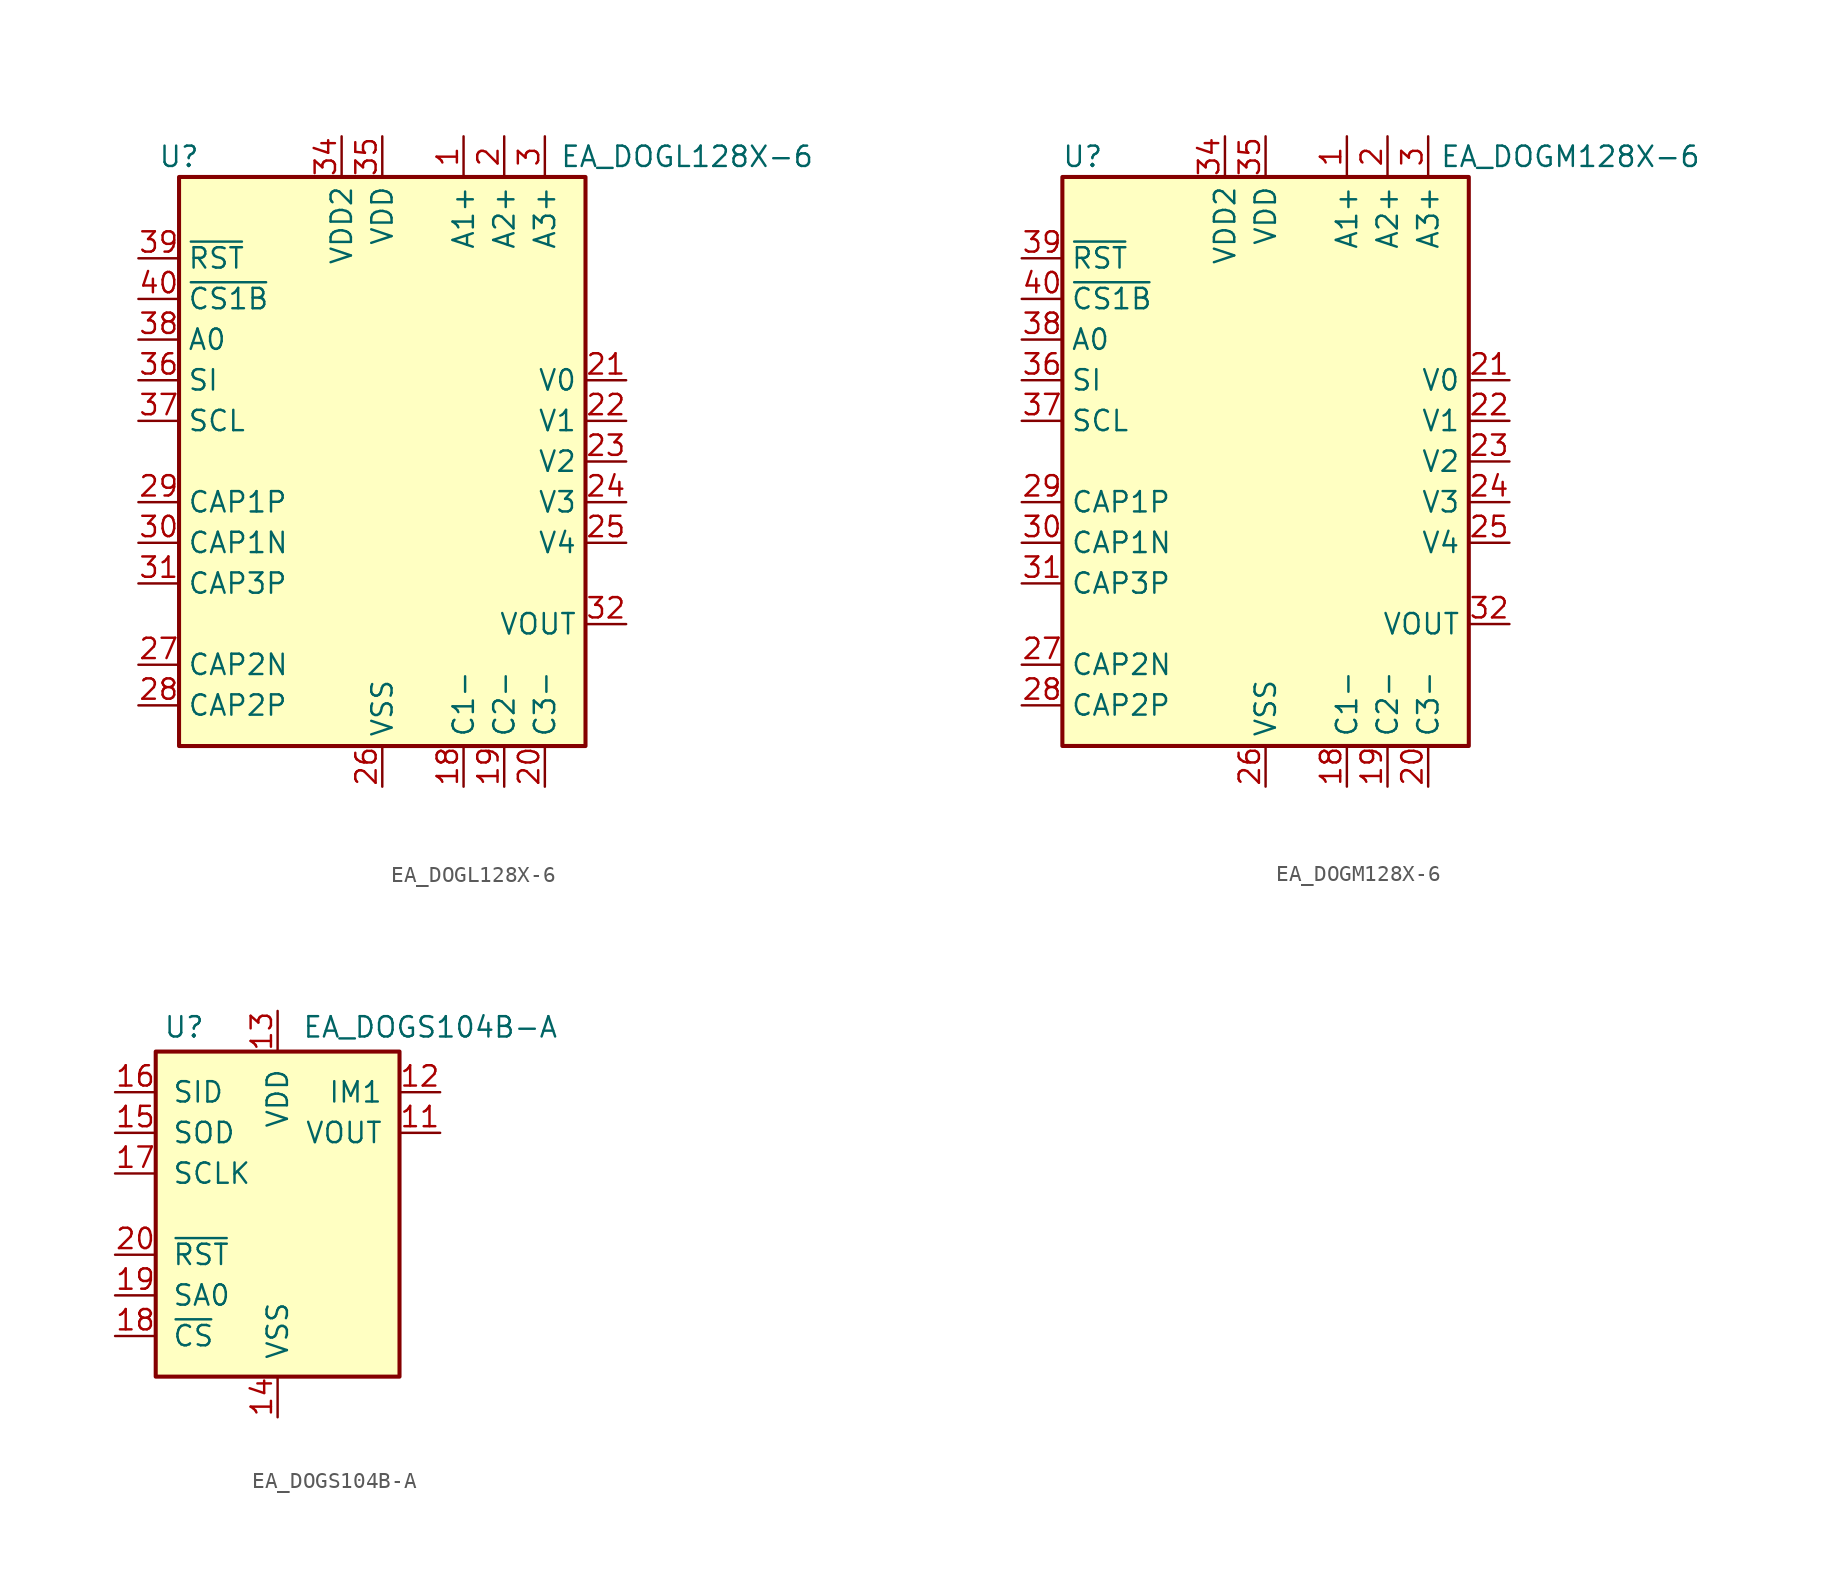
<source format=kicad_sym>
(kicad_symbol_lib
  (version 20231120)
  (generator "kicad_symbol_editor")
  (generator_version "8.0")
  (symbol "EA_DOGL128X-6"
    (property "Reference" "U"
      (at -12.7 19.05 0)
      (effects (font (size 1.27 1.27))))
    (property "Value" "EA_DOGL128X-6"
      (at 19.05 19.05 0)
      (effects (font (size 1.27 1.27))))
    (symbol "EA_DOGL128X-6_1_1"
      (rectangle (start -12.7 17.78) (end 12.7 -17.78) (stroke (width 0.254) (type default)) (fill (type background)))
      (pin power_in line (at 5.08 20.32 270) (length 2.54) (name "A1+" (effects (font (size 1.27 1.27)))) (number "1" (effects (font (size 1.27 1.27)))))
      (pin power_in line (at 5.08 -20.32 90) (length 2.54) (name "C1-" (effects (font (size 1.27 1.27)))) (number "18" (effects (font (size 1.27 1.27)))))
      (pin power_in line (at 7.62 -20.32 90) (length 2.54) (name "C2-" (effects (font (size 1.27 1.27)))) (number "19" (effects (font (size 1.27 1.27)))))
      (pin power_in line (at 7.62 20.32 270) (length 2.54) (name "A2+" (effects (font (size 1.27 1.27)))) (number "2" (effects (font (size 1.27 1.27)))))
      (pin power_in line (at 10.16 -20.32 90) (length 2.54) (name "C3-" (effects (font (size 1.27 1.27)))) (number "20" (effects (font (size 1.27 1.27)))))
      (pin passive line (at 15.24 5.08 180) (length 2.54) (name "V0" (effects (font (size 1.27 1.27)))) (number "21" (effects (font (size 1.27 1.27)))))
      (pin passive line (at 15.24 2.54 180) (length 2.54) (name "V1" (effects (font (size 1.27 1.27)))) (number "22" (effects (font (size 1.27 1.27)))))
      (pin passive line (at 15.24 0 180) (length 2.54) (name "V2" (effects (font (size 1.27 1.27)))) (number "23" (effects (font (size 1.27 1.27)))))
      (pin passive line (at 15.24 -2.54 180) (length 2.54) (name "V3" (effects (font (size 1.27 1.27)))) (number "24" (effects (font (size 1.27 1.27)))))
      (pin passive line (at 15.24 -5.08 180) (length 2.54) (name "V4" (effects (font (size 1.27 1.27)))) (number "25" (effects (font (size 1.27 1.27)))))
      (pin power_in line (at 0 -20.32 90) (length 2.54) (name "VSS" (effects (font (size 1.27 1.27)))) (number "26" (effects (font (size 1.27 1.27)))))
      (pin passive line (at -15.24 -12.7 0) (length 2.54) (name "CAP2N" (effects (font (size 1.27 1.27)))) (number "27" (effects (font (size 1.27 1.27)))))
      (pin passive line (at -15.24 -15.24 0) (length 2.54) (name "CAP2P" (effects (font (size 1.27 1.27)))) (number "28" (effects (font (size 1.27 1.27)))))
      (pin passive line (at -15.24 -2.54 0) (length 2.54) (name "CAP1P" (effects (font (size 1.27 1.27)))) (number "29" (effects (font (size 1.27 1.27)))))
      (pin power_in line (at 10.16 20.32 270) (length 2.54) (name "A3+" (effects (font (size 1.27 1.27)))) (number "3" (effects (font (size 1.27 1.27)))))
      (pin passive line (at -15.24 -5.08 0) (length 2.54) (name "CAP1N" (effects (font (size 1.27 1.27)))) (number "30" (effects (font (size 1.27 1.27)))))
      (pin passive line (at -15.24 -7.62 0) (length 2.54) (name "CAP3P" (effects (font (size 1.27 1.27)))) (number "31" (effects (font (size 1.27 1.27)))))
      (pin output line (at 15.24 -10.16 180) (length 2.54) (name "VOUT" (effects (font (size 1.27 1.27)))) (number "32" (effects (font (size 1.27 1.27)))))
      (pin passive line (at 0 -20.32 90) (length 2.54) hide (name "VSS" (effects (font (size 1.27 1.27)))) (number "33" (effects (font (size 1.27 1.27)))))
      (pin power_in line (at -2.54 20.32 270) (length 2.54) (name "VDD2" (effects (font (size 1.27 1.27)))) (number "34" (effects (font (size 1.27 1.27)))))
      (pin power_in line (at 0 20.32 270) (length 2.54) (name "VDD" (effects (font (size 1.27 1.27)))) (number "35" (effects (font (size 1.27 1.27)))))
      (pin input line (at -15.24 5.08 0) (length 2.54) (name "SI" (effects (font (size 1.27 1.27)))) (number "36" (effects (font (size 1.27 1.27)))))
      (pin input line (at -15.24 2.54 0) (length 2.54) (name "SCL" (effects (font (size 1.27 1.27)))) (number "37" (effects (font (size 1.27 1.27)))))
      (pin input line (at -15.24 7.62 0) (length 2.54) (name "A0" (effects (font (size 1.27 1.27)))) (number "38" (effects (font (size 1.27 1.27)))))
      (pin input line (at -15.24 12.7 0) (length 2.54) (name "~{RST}" (effects (font (size 1.27 1.27)))) (number "39" (effects (font (size 1.27 1.27)))))
      (pin input line (at -15.24 10.16 0) (length 2.54) (name "~{CS1B}" (effects (font (size 1.27 1.27)))) (number "40" (effects (font (size 1.27 1.27)))))))
  (symbol "EA_DOGM128X-6"
    (property "Reference" "U"
      (at -11.43 19.05 0)
      (effects (font (size 1.27 1.27))))
    (property "Value" "EA_DOGM128X-6"
      (at 19.05 19.05 0)
      (effects (font (size 1.27 1.27))))
    (symbol "EA_DOGM128X-6_1_1"
      (rectangle (start -12.7 17.78) (end 12.7 -17.78) (stroke (width 0.254) (type default)) (fill (type background)))
      (pin power_in line (at 5.08 20.32 270) (length 2.54) (name "A1+" (effects (font (size 1.27 1.27)))) (number "1" (effects (font (size 1.27 1.27)))))
      (pin power_in line (at 5.08 -20.32 90) (length 2.54) (name "C1-" (effects (font (size 1.27 1.27)))) (number "18" (effects (font (size 1.27 1.27)))))
      (pin power_in line (at 7.62 -20.32 90) (length 2.54) (name "C2-" (effects (font (size 1.27 1.27)))) (number "19" (effects (font (size 1.27 1.27)))))
      (pin power_in line (at 7.62 20.32 270) (length 2.54) (name "A2+" (effects (font (size 1.27 1.27)))) (number "2" (effects (font (size 1.27 1.27)))))
      (pin power_in line (at 10.16 -20.32 90) (length 2.54) (name "C3-" (effects (font (size 1.27 1.27)))) (number "20" (effects (font (size 1.27 1.27)))))
      (pin passive line (at 15.24 5.08 180) (length 2.54) (name "V0" (effects (font (size 1.27 1.27)))) (number "21" (effects (font (size 1.27 1.27)))))
      (pin passive line (at 15.24 2.54 180) (length 2.54) (name "V1" (effects (font (size 1.27 1.27)))) (number "22" (effects (font (size 1.27 1.27)))))
      (pin passive line (at 15.24 0 180) (length 2.54) (name "V2" (effects (font (size 1.27 1.27)))) (number "23" (effects (font (size 1.27 1.27)))))
      (pin passive line (at 15.24 -2.54 180) (length 2.54) (name "V3" (effects (font (size 1.27 1.27)))) (number "24" (effects (font (size 1.27 1.27)))))
      (pin passive line (at 15.24 -5.08 180) (length 2.54) (name "V4" (effects (font (size 1.27 1.27)))) (number "25" (effects (font (size 1.27 1.27)))))
      (pin power_in line (at 0 -20.32 90) (length 2.54) (name "VSS" (effects (font (size 1.27 1.27)))) (number "26" (effects (font (size 1.27 1.27)))))
      (pin passive line (at -15.24 -12.7 0) (length 2.54) (name "CAP2N" (effects (font (size 1.27 1.27)))) (number "27" (effects (font (size 1.27 1.27)))))
      (pin passive line (at -15.24 -15.24 0) (length 2.54) (name "CAP2P" (effects (font (size 1.27 1.27)))) (number "28" (effects (font (size 1.27 1.27)))))
      (pin passive line (at -15.24 -2.54 0) (length 2.54) (name "CAP1P" (effects (font (size 1.27 1.27)))) (number "29" (effects (font (size 1.27 1.27)))))
      (pin power_in line (at 10.16 20.32 270) (length 2.54) (name "A3+" (effects (font (size 1.27 1.27)))) (number "3" (effects (font (size 1.27 1.27)))))
      (pin passive line (at -15.24 -5.08 0) (length 2.54) (name "CAP1N" (effects (font (size 1.27 1.27)))) (number "30" (effects (font (size 1.27 1.27)))))
      (pin passive line (at -15.24 -7.62 0) (length 2.54) (name "CAP3P" (effects (font (size 1.27 1.27)))) (number "31" (effects (font (size 1.27 1.27)))))
      (pin output line (at 15.24 -10.16 180) (length 2.54) (name "VOUT" (effects (font (size 1.27 1.27)))) (number "32" (effects (font (size 1.27 1.27)))))
      (pin passive line (at 0 -20.32 90) (length 2.54) hide (name "VSS" (effects (font (size 1.27 1.27)))) (number "33" (effects (font (size 1.27 1.27)))))
      (pin power_in line (at -2.54 20.32 270) (length 2.54) (name "VDD2" (effects (font (size 1.27 1.27)))) (number "34" (effects (font (size 1.27 1.27)))))
      (pin power_in line (at 0 20.32 270) (length 2.54) (name "VDD" (effects (font (size 1.27 1.27)))) (number "35" (effects (font (size 1.27 1.27)))))
      (pin input line (at -15.24 5.08 0) (length 2.54) (name "SI" (effects (font (size 1.27 1.27)))) (number "36" (effects (font (size 1.27 1.27)))))
      (pin input line (at -15.24 2.54 0) (length 2.54) (name "SCL" (effects (font (size 1.27 1.27)))) (number "37" (effects (font (size 1.27 1.27)))))
      (pin input line (at -15.24 7.62 0) (length 2.54) (name "A0" (effects (font (size 1.27 1.27)))) (number "38" (effects (font (size 1.27 1.27)))))
      (pin input line (at -15.24 12.7 0) (length 2.54) (name "~{RST}" (effects (font (size 1.27 1.27)))) (number "39" (effects (font (size 1.27 1.27)))))
      (pin input line (at -15.24 10.16 0) (length 2.54) (name "~{CS1B}" (effects (font (size 1.27 1.27)))) (number "40" (effects (font (size 1.27 1.27)))))))
  (symbol "EA_DOGS104B-A"
    (pin_names
      (offset 1.016))
    (property "Reference" "U"
      (at -5.842 11.684 0)
      (effects (font (size 1.27 1.27))))
    (property "Value" "EA_DOGS104B-A"
      (at 1.524 11.684 0)
      (effects (font (size 1.27 1.27)) (justify left)))
    (symbol "EA_DOGS104B-A_0_1"
      (rectangle (start -7.62 10.16) (end 7.62 -10.16) (stroke (width 0.254) (type default)) (fill (type background))))
    (symbol "EA_DOGS104B-A_1_1"
      (pin no_connect line (at 7.62 0 180) (length 2.54) hide (name "NC" (effects (font (size 1.27 1.27)))) (number "1" (effects (font (size 1.27 1.27)))))
      (pin no_connect line (at 7.62 -7.62 180) (length 2.54) hide (name "NC" (effects (font (size 1.27 1.27)))) (number "10" (effects (font (size 1.27 1.27)))))
      (pin output line (at 10.16 5.08 180) (length 2.54) (name "VOUT" (effects (font (size 1.27 1.27)))) (number "11" (effects (font (size 1.27 1.27)))))
      (pin input line (at 10.16 7.62 180) (length 2.54) (name "IM1" (effects (font (size 1.27 1.27)))) (number "12" (effects (font (size 1.27 1.27)))))
      (pin power_in line (at 0 12.7 270) (length 2.54) (name "VDD" (effects (font (size 1.27 1.27)))) (number "13" (effects (font (size 1.27 1.27)))))
      (pin power_in line (at 0 -12.7 90) (length 2.54) (name "VSS" (effects (font (size 1.27 1.27)))) (number "14" (effects (font (size 1.27 1.27)))))
      (pin output line (at -10.16 5.08 0) (length 2.54) (name "SOD" (effects (font (size 1.27 1.27)))) (number "15" (effects (font (size 1.27 1.27)))))
      (pin input line (at -10.16 7.62 0) (length 2.54) (name "SID" (effects (font (size 1.27 1.27)))) (number "16" (effects (font (size 1.27 1.27)))))
      (pin input line (at -10.16 2.54 0) (length 2.54) (name "SCLK" (effects (font (size 1.27 1.27)))) (number "17" (effects (font (size 1.27 1.27)))))
      (pin input line (at -10.16 -7.62 0) (length 2.54) (name "~{CS}" (effects (font (size 1.27 1.27)))) (number "18" (effects (font (size 1.27 1.27)))))
      (pin input line (at -10.16 -5.08 0) (length 2.54) (name "SA0" (effects (font (size 1.27 1.27)))) (number "19" (effects (font (size 1.27 1.27)))))
      (pin no_connect line (at 7.62 -2.54 180) (length 2.54) hide (name "NC" (effects (font (size 1.27 1.27)))) (number "2" (effects (font (size 1.27 1.27)))))
      (pin input line (at -10.16 -2.54 0) (length 2.54) (name "~{RST}" (effects (font (size 1.27 1.27)))) (number "20" (effects (font (size 1.27 1.27)))))
      (pin no_connect line (at 7.62 -5.08 180) (length 2.54) hide (name "NC" (effects (font (size 1.27 1.27)))) (number "9" (effects (font (size 1.27 1.27))))))))
</source>
